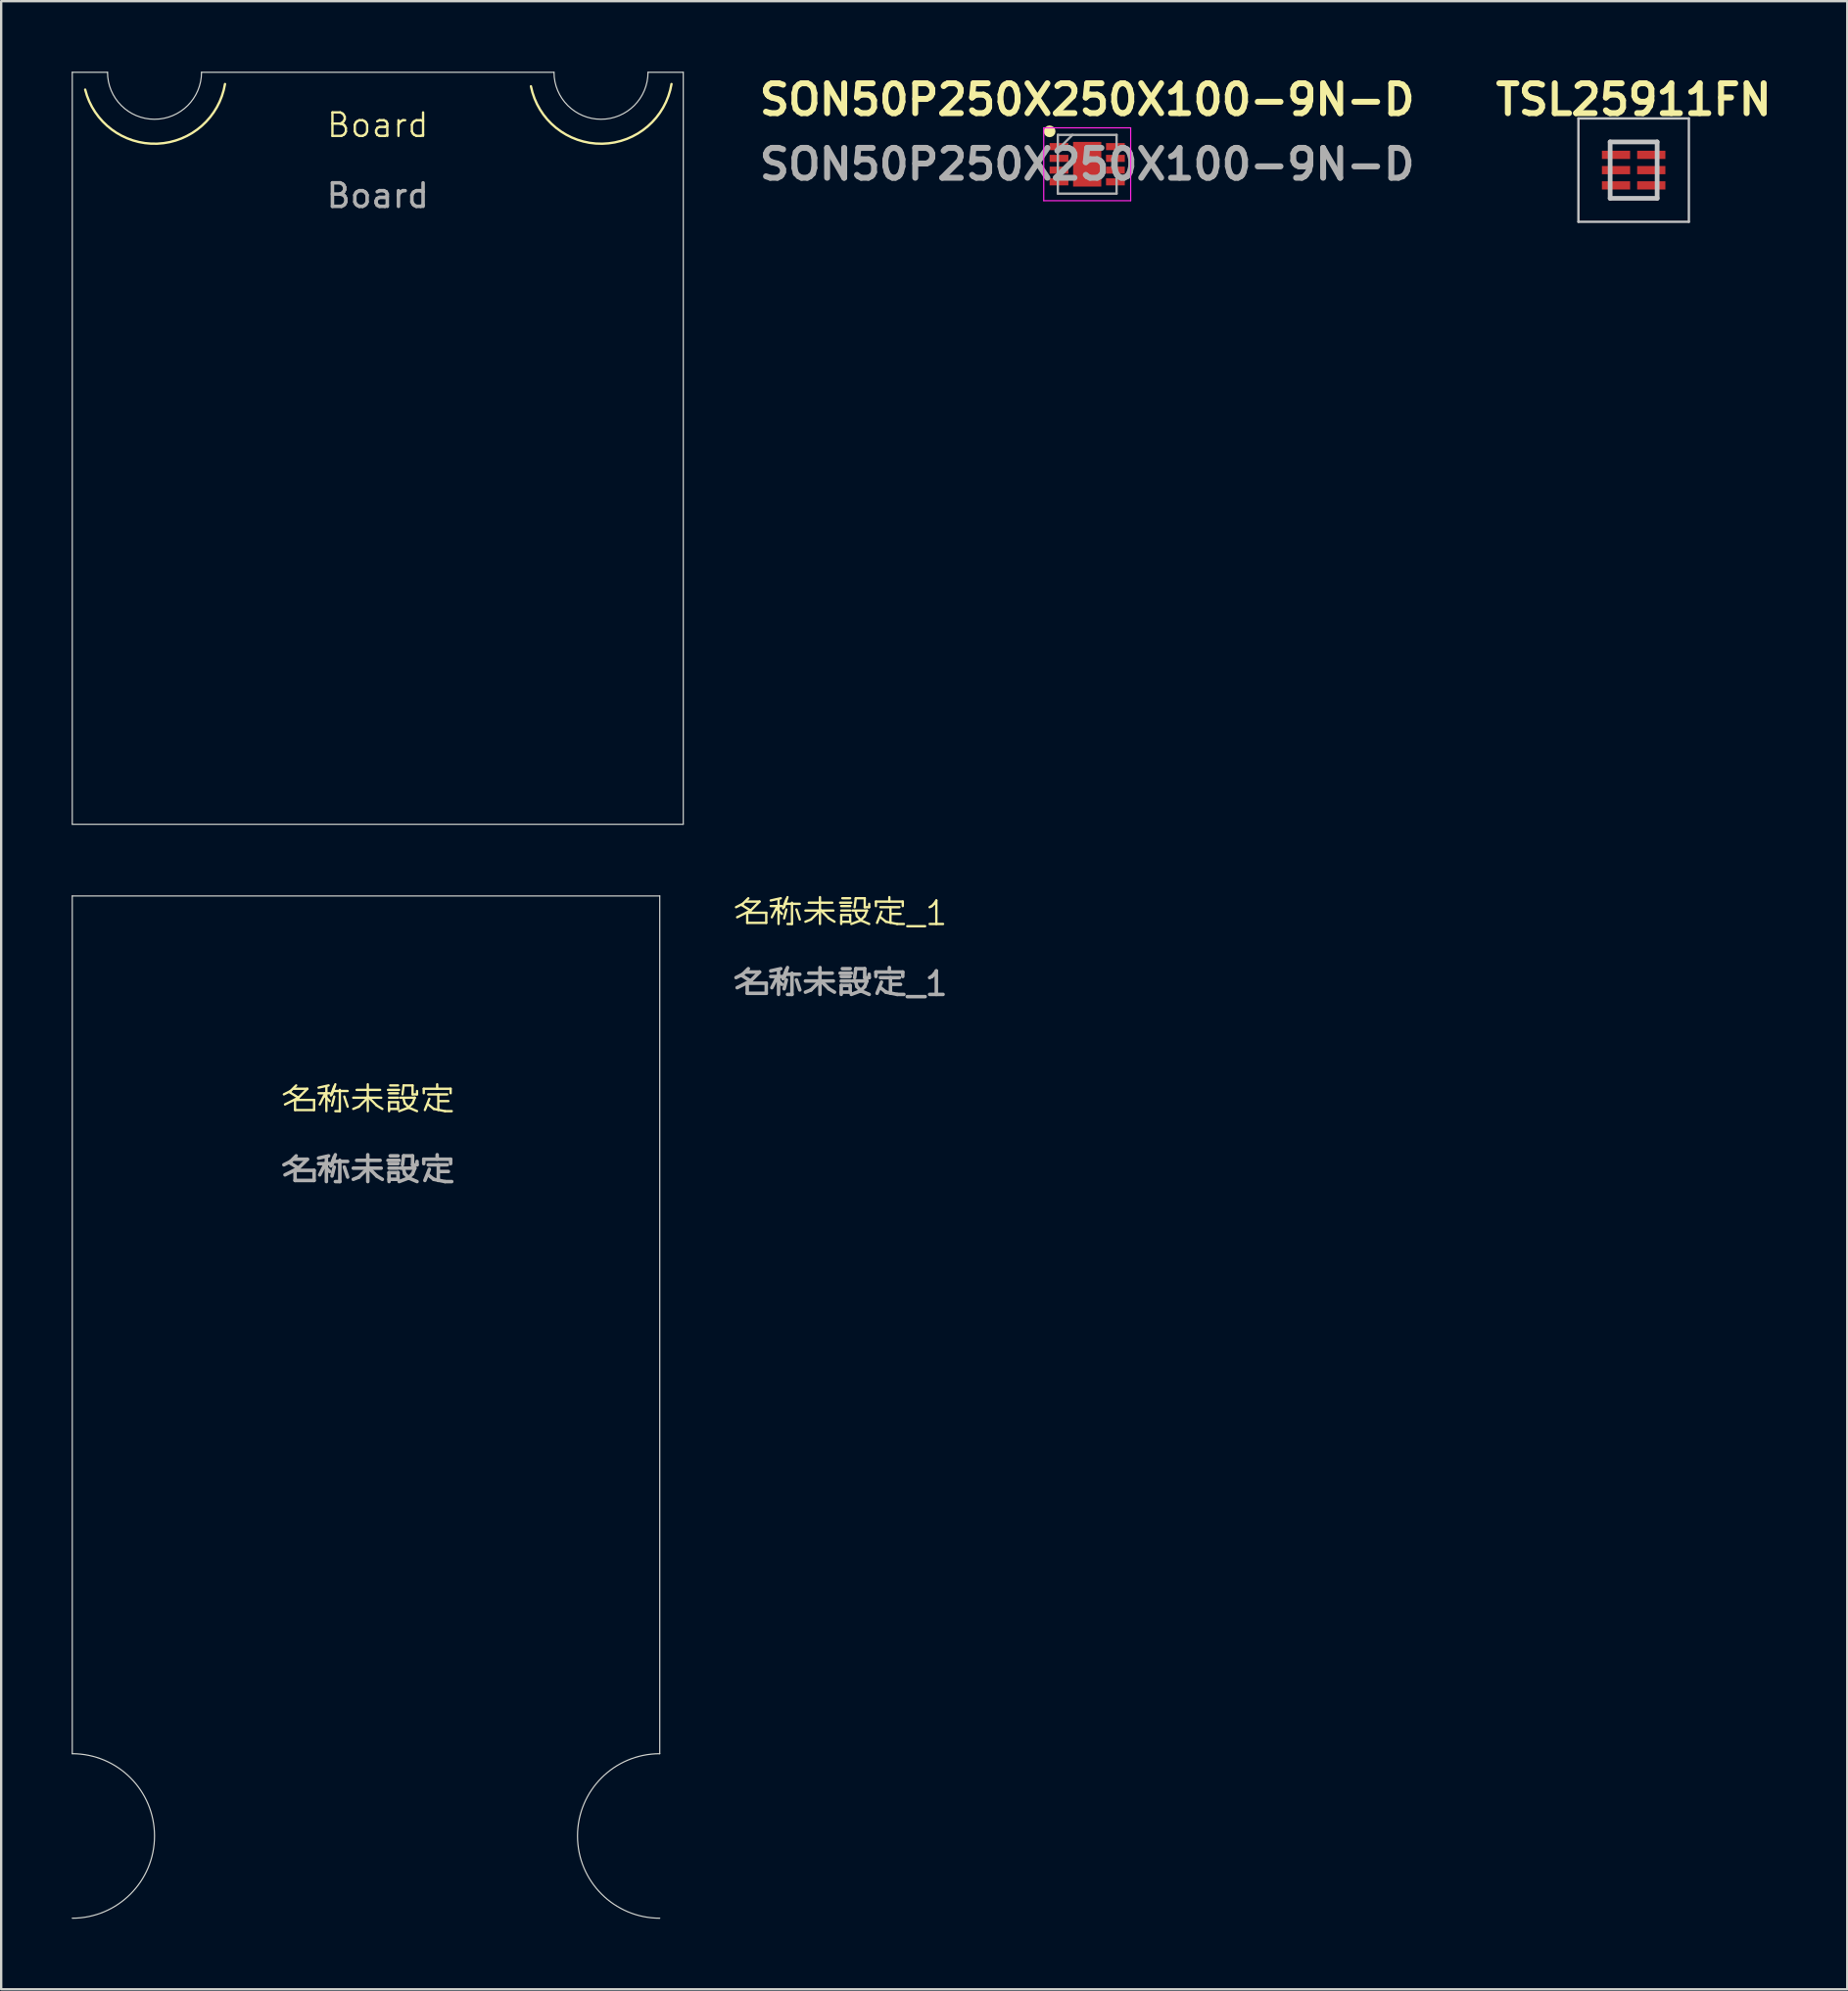
<source format=kicad_pcb>
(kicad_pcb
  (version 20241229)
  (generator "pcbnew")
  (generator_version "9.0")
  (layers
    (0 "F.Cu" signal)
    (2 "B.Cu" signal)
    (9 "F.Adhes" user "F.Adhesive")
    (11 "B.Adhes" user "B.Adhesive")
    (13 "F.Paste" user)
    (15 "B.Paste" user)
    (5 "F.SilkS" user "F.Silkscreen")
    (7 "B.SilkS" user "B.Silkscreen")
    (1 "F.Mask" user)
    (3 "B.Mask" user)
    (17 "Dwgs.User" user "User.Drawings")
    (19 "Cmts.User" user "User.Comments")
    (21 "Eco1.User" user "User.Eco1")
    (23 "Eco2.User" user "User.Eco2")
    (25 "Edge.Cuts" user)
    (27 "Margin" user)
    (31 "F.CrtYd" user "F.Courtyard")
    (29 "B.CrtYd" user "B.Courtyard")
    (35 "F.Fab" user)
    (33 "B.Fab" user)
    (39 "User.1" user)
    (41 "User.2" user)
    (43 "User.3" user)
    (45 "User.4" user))
  (footprint "名称未設定"
    (layer "F.Cu")
    (at 12.525 60.075)
    (property "Reference" "名称未設定" (at 0.1 -16.3 0) (unlocked yes) (layer "F.SilkS") (effects (font (size 1 1) (thickness 0.1))))
    (attr smd)
    (fp_line (start -12.5 -25) (end -12.5 11.5) (stroke (width 0.05) (type default)) (layer "Edge.Cuts"))
    (fp_line (start -12.5 -25) (end 12.5 -25) (stroke (width 0.05) (type default)) (layer "Edge.Cuts"))
    (fp_line (start 12.5 -25) (end 12.5 11.5) (stroke (width 0.05) (type default)) (layer "Edge.Cuts"))
    (fp_arc (start -12.5 11.5) (mid -9 15) (end -12.5 18.5) (stroke (width 0.05) (type default)) (layer "Edge.Cuts"))
    (fp_arc (start 12.5 18.5) (mid 9 15) (end 12.5 11.5) (stroke (width 0.05) (type default)) (layer "Edge.Cuts"))
    (fp_text user "${REFERENCE}" (at 0.1 -13.3 0) (unlocked yes) (layer "F.Fab") (effects (font (size 1 1) (thickness 0.15)))))
  (footprint "TSL25911FN"
    (layer "F.Cu")
    (at 66.467 4.189)
    (property "Reference" "TSL25911FN" (at 0 -3 0) (layer "F.SilkS") (effects (font (size 1.27 1.27) (thickness 0.254))))
    (attr smd)
    (fp_line (start -1 -1.2) (end 1 -1.2) (stroke (width 0.1) (type solid)) (layer "F.SilkS"))
    (fp_line (start -1 -1) (end -1 -1.2) (stroke (width 0.1) (type solid)) (layer "F.SilkS"))
    (fp_line (start -1 1) (end -1 1.2) (stroke (width 0.1) (type solid)) (layer "F.SilkS"))
    (fp_line (start -1 1.2) (end 1 1.2) (stroke (width 0.1) (type solid)) (layer "F.SilkS"))
    (fp_line (start 1 -1.2) (end 1 -1) (stroke (width 0.1) (type solid)) (layer "F.SilkS"))
    (fp_line (start 1 1.2) (end 1 1) (stroke (width 0.1) (type solid)) (layer "F.SilkS"))
    (fp_line (start -2.35 -2.2) (end 2.35 -2.2) (stroke (width 0.1) (type solid)) (layer "Dwgs.User"))
    (fp_line (start -2.35 2.2) (end -2.35 -2.2) (stroke (width 0.1) (type solid)) (layer "Dwgs.User"))
    (fp_line (start -1 -1.2) (end 1 -1.2) (stroke (width 0.2) (type solid)) (layer "Dwgs.User"))
    (fp_line (start -1 1.2) (end -1 -1.2) (stroke (width 0.2) (type solid)) (layer "Dwgs.User"))
    (fp_line (start 1 -1.2) (end 1 1.2) (stroke (width 0.2) (type solid)) (layer "Dwgs.User"))
    (fp_line (start 1 1.2) (end -1 1.2) (stroke (width 0.2) (type solid)) (layer "Dwgs.User"))
    (fp_line (start 2.35 -2.2) (end 2.35 2.2) (stroke (width 0.1) (type solid)) (layer "Dwgs.User"))
    (fp_line (start 2.35 2.2) (end -2.35 2.2) (stroke (width 0.1) (type solid)) (layer "Dwgs.User"))
    (pad "1" smd rect (at -0.75 -0.65 90) (size 0.35 1.2) (layers "F.Cu" "F.Mask" "F.Paste"))
    (pad "2" smd rect (at -0.75 0 90) (size 0.35 1.2) (layers "F.Cu" "F.Mask" "F.Paste"))
    (pad "3" smd rect (at -0.75 0.65 90) (size 0.35 1.2) (layers "F.Cu" "F.Mask" "F.Paste"))
    (pad "4" smd rect (at 0.75 0.65 90) (size 0.35 1.2) (layers "F.Cu" "F.Mask" "F.Paste"))
    (pad "5" smd rect (at 0.75 0 90) (size 0.35 1.2) (layers "F.Cu" "F.Mask" "F.Paste"))
    (pad "6" smd rect (at 0.75 -0.65 90) (size 0.35 1.2) (layers "F.Cu" "F.Mask" "F.Paste")))
  (footprint "SON50P250X250X100-9N-D"
    (layer "F.Cu")
    (at 43.214 3.939)
    (property "Reference" "SON50P250X250X100-9N-D" (at 0 -2.75 0) (layer "F.SilkS") (effects (font (size 1.27 1.27) (thickness 0.254))))
    (attr smd)
    (fp_circle (center -1.6 -1.4) (end -1.6 -1.275) (stroke (width 0.25) (type solid)) (fill no) (layer "F.SilkS"))
    (fp_line (start -1.85 -1.55) (end 1.85 -1.55) (stroke (width 0.05) (type solid)) (layer "F.CrtYd"))
    (fp_line (start -1.85 1.55) (end -1.85 -1.55) (stroke (width 0.05) (type solid)) (layer "F.CrtYd"))
    (fp_line (start 1.85 -1.55) (end 1.85 1.55) (stroke (width 0.05) (type solid)) (layer "F.CrtYd"))
    (fp_line (start 1.85 1.55) (end -1.85 1.55) (stroke (width 0.05) (type solid)) (layer "F.CrtYd"))
    (fp_line (start -1.25 -1.25) (end 1.25 -1.25) (stroke (width 0.1) (type solid)) (layer "F.Fab"))
    (fp_line (start -1.25 -0.625) (end -0.625 -1.25) (stroke (width 0.1) (type solid)) (layer "F.Fab"))
    (fp_line (start -1.25 1.25) (end -1.25 -1.25) (stroke (width 0.1) (type solid)) (layer "F.Fab"))
    (fp_line (start 1.25 -1.25) (end 1.25 1.25) (stroke (width 0.1) (type solid)) (layer "F.Fab"))
    (fp_line (start 1.25 1.25) (end -1.25 1.25) (stroke (width 0.1) (type solid)) (layer "F.Fab"))
    (fp_text user "${REFERENCE}" (at 0 0 0) (layer "F.Fab") (effects (font (size 1.27 1.27) (thickness 0.254))))
    (pad "1" smd rect (at -1.2 -0.75 90) (size 0.3 0.8) (layers "F.Cu" "F.Mask" "F.Paste"))
    (pad "2" smd rect (at -1.2 -0.25 90) (size 0.3 0.8) (layers "F.Cu" "F.Mask" "F.Paste"))
    (pad "3" smd rect (at -1.2 0.25 90) (size 0.3 0.8) (layers "F.Cu" "F.Mask" "F.Paste"))
    (pad "4" smd rect (at -1.2 0.75 90) (size 0.3 0.8) (layers "F.Cu" "F.Mask" "F.Paste"))
    (pad "5" smd rect (at 1.2 0.75 90) (size 0.3 0.8) (layers "F.Cu" "F.Mask" "F.Paste"))
    (pad "6" smd rect (at 1.2 0.25 90) (size 0.3 0.8) (layers "F.Cu" "F.Mask" "F.Paste"))
    (pad "7" smd rect (at 1.2 -0.25 90) (size 0.3 0.8) (layers "F.Cu" "F.Mask" "F.Paste"))
    (pad "8" smd rect (at 1.2 -0.75 90) (size 0.3 0.8) (layers "F.Cu" "F.Mask" "F.Paste"))
    (pad "9" smd rect (at 0 0) (size 1.2 1.9) (layers "F.Cu" "F.Mask" "F.Paste")))
  (footprint "名称未設定_1"
    (layer "F.Cu")
    (at 32.723 36.31)
    (property "Reference" "名称未設定_1" (at 0 -0.5 0) (unlocked yes) (layer "F.SilkS") (effects (font (size 1 1) (thickness 0.1))))
    (attr smd)
    (fp_text user "${REFERENCE}" (at 0 2.5 0) (unlocked yes) (layer "F.Fab") (effects (font (size 1 1) (thickness 0.15)))))
  (footprint "Board"
    (layer "F.Cu")
    (at 13.025 15.525)
    (property "Reference" "Board" (at 0 -13.25 0) (unlocked yes) (layer "F.SilkS") (effects (font (size 1 1) (thickness 0.1))))
    (fp_arc (start -6.5 -15) (mid -9.378636 -12.461041) (end -12.450573 -14.762357) (stroke (width 0.1) (type default)) (layer "F.SilkS"))
    (fp_arc (start 12.5 -15) (mid 9.549036 -12.459014) (end 6.517681 -14.903536) (stroke (width 0.1) (type default)) (layer "F.SilkS"))
    (fp_line (start -13 16.5) (end -13 -15.5) (stroke (width 0.05) (type default)) (layer "Edge.Cuts"))
    (fp_line (start -13 16.5) (end 13 16.5) (stroke (width 0.05) (type default)) (layer "Edge.Cuts"))
    (fp_line (start -11.5 -15.5) (end -13 -15.5) (stroke (width 0.05) (type default)) (layer "Edge.Cuts"))
    (fp_line (start -7.5 -15.5) (end 7.5 -15.5) (stroke (width 0.05) (type default)) (layer "Edge.Cuts"))
    (fp_line (start 11.5 -15.5) (end 13 -15.5) (stroke (width 0.05) (type default)) (layer "Edge.Cuts"))
    (fp_line (start 13 -15.5) (end 13 16.5) (stroke (width 0.05) (type default)) (layer "Edge.Cuts"))
    (fp_arc (start -7.5 -15.5) (mid -9.5 -13.5) (end -11.5 -15.5) (stroke (width 0.05) (type default)) (layer "Edge.Cuts"))
    (fp_arc (start 11.5 -15.5) (mid 9.5 -13.5) (end 7.5 -15.5) (stroke (width 0.05) (type default)) (layer "Edge.Cuts"))
    (fp_text user "${REFERENCE}" (at 0 -10.25 0) (unlocked yes) (layer "F.Fab") (effects (font (size 1 1) (thickness 0.15)))))
  (gr_rect
    (start -3 -3)
    (end 75.557 81.6)
    (stroke (width 0.1) (type default))
    (fill no)
    (layer "Edge.Cuts")))
</source>
